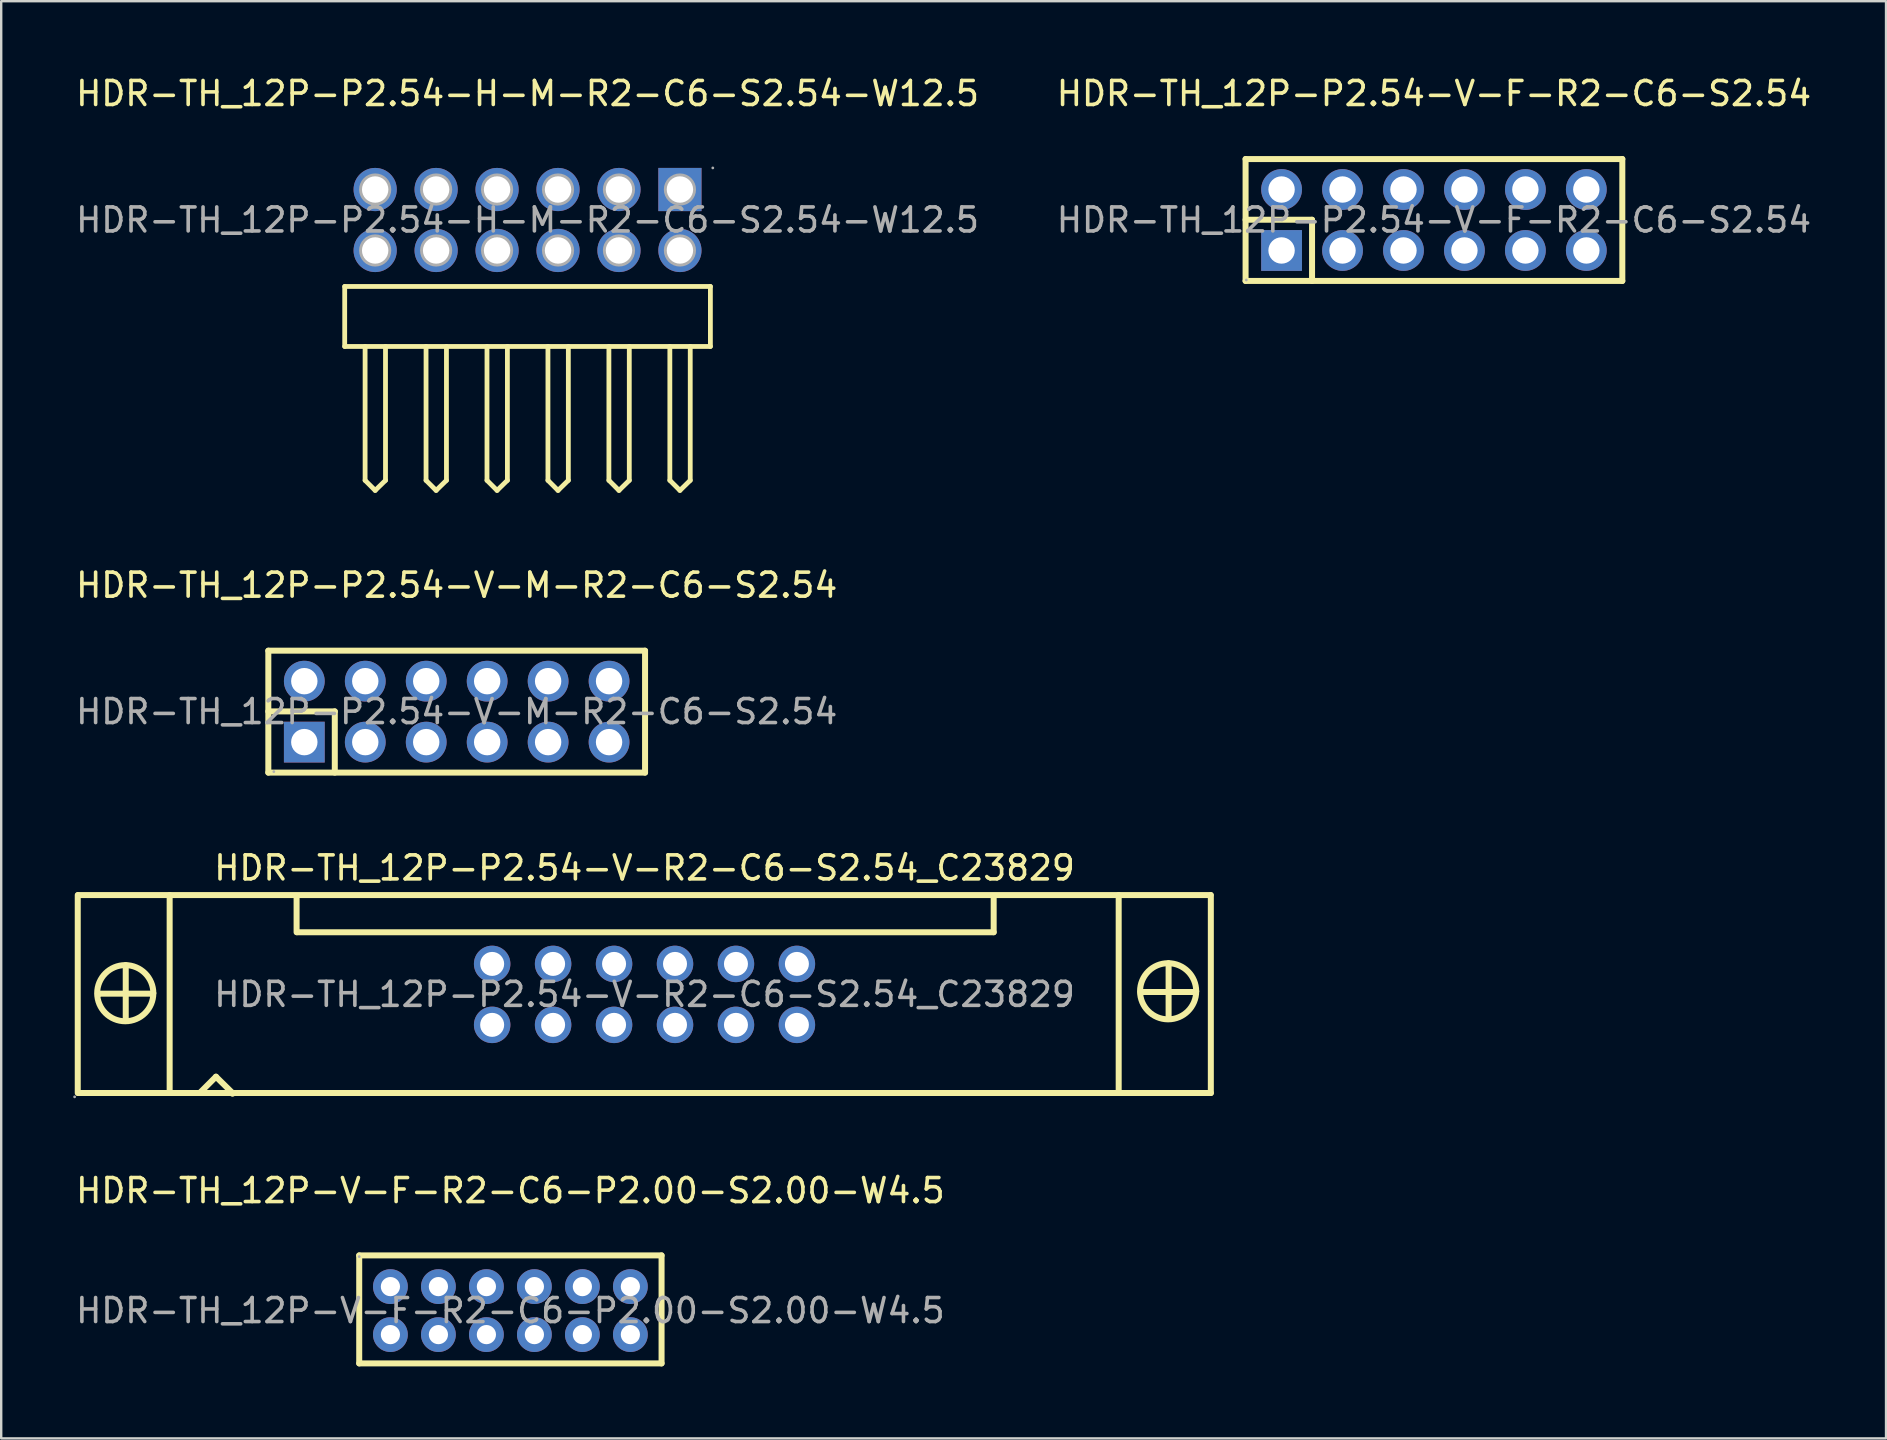
<source format=kicad_pcb>
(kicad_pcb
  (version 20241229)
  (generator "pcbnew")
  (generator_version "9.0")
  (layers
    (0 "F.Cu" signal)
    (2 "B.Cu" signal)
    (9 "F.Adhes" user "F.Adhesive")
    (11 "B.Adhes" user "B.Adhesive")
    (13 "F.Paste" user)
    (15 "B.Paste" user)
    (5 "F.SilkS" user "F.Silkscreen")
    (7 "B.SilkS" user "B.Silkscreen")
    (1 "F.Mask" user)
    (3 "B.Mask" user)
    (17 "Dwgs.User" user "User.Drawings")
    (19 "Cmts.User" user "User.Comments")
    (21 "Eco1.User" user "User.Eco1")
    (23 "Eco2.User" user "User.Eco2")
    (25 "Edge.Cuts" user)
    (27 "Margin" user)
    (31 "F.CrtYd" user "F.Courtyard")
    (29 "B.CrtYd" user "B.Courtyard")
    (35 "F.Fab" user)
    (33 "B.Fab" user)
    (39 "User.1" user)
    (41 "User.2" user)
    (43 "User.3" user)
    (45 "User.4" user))
  (footprint "HDR-TH_12P-P2.54-V-R2-C6-S2.54_C23829"
    (layer "F.Cu")
    (at 23.81 38.39)
    (property "Reference" "HDR-TH_12P-P2.54-V-R2-C6-S2.54_C23829" (at 0 -5.27 0) (layer "F.SilkS") (effects (font (size 1 1) (thickness 0.15))))
    (attr through_hole)
    (fp_line (start -23.62 -4.14) (end -23.62 4.11) (stroke (width 0.25) (type solid)) (layer "F.SilkS"))
    (fp_line (start -23.6 -4.14) (end 23.59 -4.14) (stroke (width 0.25) (type solid)) (layer "F.SilkS"))
    (fp_line (start -23.59 4.11) (end 23.6 4.11) (stroke (width 0.25) (type solid)) (layer "F.SilkS"))
    (fp_line (start -22.78 -0.03) (end -20.55 -0.03) (stroke (width 0.25) (type solid)) (layer "F.SilkS"))
    (fp_line (start -22.78 0.03) (end -22.78 -0.03) (stroke (width 0.25) (type solid)) (layer "F.SilkS"))
    (fp_line (start -21.62 -1.22) (end -21.62 1.07) (stroke (width 0.25) (type solid)) (layer "F.SilkS"))
    (fp_line (start -21.62 1.07) (end -21.64 1.09) (stroke (width 0.25) (type solid)) (layer "F.SilkS"))
    (fp_line (start -20.55 -0.03) (end -20.47 -0.05) (stroke (width 0.25) (type solid)) (layer "F.SilkS"))
    (fp_line (start -19.79 -4.14) (end -19.79 4.11) (stroke (width 0.25) (type solid)) (layer "F.SilkS"))
    (fp_line (start -18.49 4.06) (end -17.86 3.43) (stroke (width 0.25) (type solid)) (layer "F.SilkS"))
    (fp_line (start -17.86 3.43) (end -17.17 4.11) (stroke (width 0.25) (type solid)) (layer "F.SilkS"))
    (fp_line (start -17.17 4.11) (end -17.17 4.14) (stroke (width 0.25) (type solid)) (layer "F.SilkS"))
    (fp_line (start -14.5 -2.59) (end -14.5 -4.09) (stroke (width 0.25) (type solid)) (layer "F.SilkS"))
    (fp_line (start -14.48 -2.59) (end 14.55 -2.59) (stroke (width 0.25) (type solid)) (layer "F.SilkS"))
    (fp_line (start 14.55 -2.59) (end 14.55 -4.09) (stroke (width 0.25) (type solid)) (layer "F.SilkS"))
    (fp_line (start 19.76 -4.14) (end 19.76 4.09) (stroke (width 0.25) (type solid)) (layer "F.SilkS"))
    (fp_line (start 20.68 -0.1) (end 22.91 -0.1) (stroke (width 0.25) (type solid)) (layer "F.SilkS"))
    (fp_line (start 20.68 -0.05) (end 20.68 -0.1) (stroke (width 0.25) (type solid)) (layer "F.SilkS"))
    (fp_line (start 21.84 -1.3) (end 21.84 0.99) (stroke (width 0.25) (type solid)) (layer "F.SilkS"))
    (fp_line (start 21.84 0.99) (end 21.82 1.02) (stroke (width 0.25) (type solid)) (layer "F.SilkS"))
    (fp_line (start 22.91 -0.1) (end 22.99 -0.13) (stroke (width 0.25) (type solid)) (layer "F.SilkS"))
    (fp_line (start 23.6 -4.14) (end 23.6 4.11) (stroke (width 0.25) (type solid)) (layer "F.SilkS"))
    (fp_circle (center -21.64 -0.05) (end -20.47 -0.05) (stroke (width 0.25) (type solid)) (fill no) (layer "F.SilkS"))
    (fp_circle (center 21.82 -0.13) (end 22.99 -0.13) (stroke (width 0.25) (type solid)) (fill no) (layer "F.SilkS"))
    (fp_circle (center -23.75 4.27) (end -23.72 4.27) (stroke (width 0.06) (type solid)) (fill no) (layer "F.Fab"))
    (fp_circle (center -6.35 -1.27) (end -6.15 -1.27) (stroke (width 0.4) (type solid)) (fill no) (layer "F.Fab"))
    (fp_circle (center -6.35 1.27) (end -6.15 1.27) (stroke (width 0.4) (type solid)) (fill no) (layer "F.Fab"))
    (fp_circle (center -3.81 -1.27) (end -3.61 -1.27) (stroke (width 0.4) (type solid)) (fill no) (layer "F.Fab"))
    (fp_circle (center -3.81 1.27) (end -3.61 1.27) (stroke (width 0.4) (type solid)) (fill no) (layer "F.Fab"))
    (fp_circle (center -1.27 -1.27) (end -1.07 -1.27) (stroke (width 0.4) (type solid)) (fill no) (layer "F.Fab"))
    (fp_circle (center -1.27 1.27) (end -1.07 1.27) (stroke (width 0.4) (type solid)) (fill no) (layer "F.Fab"))
    (fp_circle (center 1.27 -1.27) (end 1.47 -1.27) (stroke (width 0.4) (type solid)) (fill no) (layer "F.Fab"))
    (fp_circle (center 1.27 1.27) (end 1.47 1.27) (stroke (width 0.4) (type solid)) (fill no) (layer "F.Fab"))
    (fp_circle (center 3.81 -1.27) (end 4.01 -1.27) (stroke (width 0.4) (type solid)) (fill no) (layer "F.Fab"))
    (fp_circle (center 3.81 1.27) (end 4.01 1.27) (stroke (width 0.4) (type solid)) (fill no) (layer "F.Fab"))
    (fp_circle (center 6.35 -1.27) (end 6.55 -1.27) (stroke (width 0.4) (type solid)) (fill no) (layer "F.Fab"))
    (fp_circle (center 6.35 1.27) (end 6.55 1.27) (stroke (width 0.4) (type solid)) (fill no) (layer "F.Fab"))
    (fp_text user "${REFERENCE}" (at 0 0 0) (layer "F.Fab") (effects (font (size 1 1) (thickness 0.15))))
    (pad "1" thru_hole circle (at -6.35 1.27) (size 1.52 1.52) (drill 1) (layers "*.Cu" "*.Paste" "*.Mask"))
    (pad "2" thru_hole circle (at -6.35 -1.27) (size 1.52 1.52) (drill 1) (layers "*.Cu" "*.Paste" "*.Mask"))
    (pad "3" thru_hole circle (at -3.81 1.27) (size 1.52 1.52) (drill 1) (layers "*.Cu" "*.Paste" "*.Mask"))
    (pad "4" thru_hole circle (at -3.81 -1.27) (size 1.52 1.52) (drill 1) (layers "*.Cu" "*.Paste" "*.Mask"))
    (pad "5" thru_hole circle (at -1.27 1.27) (size 1.52 1.52) (drill 1) (layers "*.Cu" "*.Paste" "*.Mask"))
    (pad "6" thru_hole circle (at -1.27 -1.27) (size 1.52 1.52) (drill 1) (layers "*.Cu" "*.Paste" "*.Mask"))
    (pad "7" thru_hole circle (at 1.27 1.27) (size 1.52 1.52) (drill 1) (layers "*.Cu" "*.Paste" "*.Mask"))
    (pad "8" thru_hole circle (at 1.27 -1.27) (size 1.52 1.52) (drill 1) (layers "*.Cu" "*.Paste" "*.Mask"))
    (pad "9" thru_hole circle (at 3.81 1.27) (size 1.52 1.52) (drill 1) (layers "*.Cu" "*.Paste" "*.Mask"))
    (pad "10" thru_hole circle (at 3.81 -1.27) (size 1.52 1.52) (drill 1) (layers "*.Cu" "*.Paste" "*.Mask"))
    (pad "11" thru_hole circle (at 6.35 1.27) (size 1.52 1.52) (drill 1) (layers "*.Cu" "*.Paste" "*.Mask"))
    (pad "12" thru_hole circle (at 6.35 -1.27) (size 1.52 1.52) (drill 1) (layers "*.Cu" "*.Paste" "*.Mask")))
  (footprint "HDR-TH_12P-P2.54-V-M-R2-C6-S2.54"
    (layer "F.Cu")
    (at 15.982 26.607)
    (property "Reference" "HDR-TH_12P-P2.54-V-M-R2-C6-S2.54" (at 0 -5.27 0) (layer "F.SilkS") (effects (font (size 1 1) (thickness 0.15))))
    (attr through_hole)
    (fp_line (start -7.85 -2.54) (end -7.85 2.54) (stroke (width 0.25) (type solid)) (layer "F.SilkS"))
    (fp_line (start -7.85 -2.54) (end 7.85 -2.54) (stroke (width 0.25) (type solid)) (layer "F.SilkS"))
    (fp_line (start -7.85 -0.01) (end -5.08 -0.01) (stroke (width 0.25) (type solid)) (layer "F.SilkS"))
    (fp_line (start -7.85 2.54) (end 7.85 2.54) (stroke (width 0.25) (type solid)) (layer "F.SilkS"))
    (fp_line (start -5.08 -0.01) (end -5.08 2.54) (stroke (width 0.25) (type solid)) (layer "F.SilkS"))
    (fp_line (start 7.85 -2.54) (end 7.85 2.54) (stroke (width 0.25) (type solid)) (layer "F.SilkS"))
    (fp_circle (center -7.62 2.5) (end -7.59 2.5) (stroke (width 0.06) (type solid)) (fill no) (layer "F.Fab"))
    (fp_text user "${REFERENCE}" (at 0 0 0) (layer "F.Fab") (effects (font (size 1 1) (thickness 0.15))))
    (pad "1" thru_hole rect (at -6.35 1.27) (size 1.7 1.7) (drill 1.1) (layers "*.Cu" "*.Paste" "*.Mask"))
    (pad "2" thru_hole circle (at -6.35 -1.27) (size 1.7 1.7) (drill 1.1) (layers "*.Cu" "*.Paste" "*.Mask"))
    (pad "3" thru_hole circle (at -3.81 1.27) (size 1.7 1.7) (drill 1.1) (layers "*.Cu" "*.Paste" "*.Mask"))
    (pad "4" thru_hole circle (at -3.81 -1.27) (size 1.7 1.7) (drill 1.1) (layers "*.Cu" "*.Paste" "*.Mask"))
    (pad "5" thru_hole circle (at -1.27 1.27) (size 1.7 1.7) (drill 1.1) (layers "*.Cu" "*.Paste" "*.Mask"))
    (pad "6" thru_hole circle (at -1.27 -1.27) (size 1.7 1.7) (drill 1.1) (layers "*.Cu" "*.Paste" "*.Mask"))
    (pad "7" thru_hole circle (at 1.27 1.27) (size 1.7 1.7) (drill 1.1) (layers "*.Cu" "*.Paste" "*.Mask"))
    (pad "8" thru_hole circle (at 1.27 -1.27) (size 1.7 1.7) (drill 1.1) (layers "*.Cu" "*.Paste" "*.Mask"))
    (pad "9" thru_hole circle (at 3.81 1.27) (size 1.7 1.7) (drill 1.1) (layers "*.Cu" "*.Paste" "*.Mask"))
    (pad "10" thru_hole circle (at 3.81 -1.27) (size 1.7 1.7) (drill 1.1) (layers "*.Cu" "*.Paste" "*.Mask"))
    (pad "11" thru_hole circle (at 6.35 1.27) (size 1.7 1.7) (drill 1.1) (layers "*.Cu" "*.Paste" "*.Mask"))
    (pad "12" thru_hole circle (at 6.35 -1.27) (size 1.7 1.7) (drill 1.1) (layers "*.Cu" "*.Paste" "*.Mask")))
  (footprint "HDR-TH_12P-P2.54-V-F-R2-C6-S2.54"
    (layer "F.Cu")
    (at 56.708 6.118)
    (property "Reference" "HDR-TH_12P-P2.54-V-F-R2-C6-S2.54" (at 0 -5.27 0) (layer "F.SilkS") (effects (font (size 1 1) (thickness 0.15))))
    (attr through_hole)
    (fp_line (start -7.85 -2.54) (end -7.85 2.54) (stroke (width 0.25) (type solid)) (layer "F.SilkS"))
    (fp_line (start -7.85 -2.54) (end 7.85 -2.54) (stroke (width 0.25) (type solid)) (layer "F.SilkS"))
    (fp_line (start -7.85 -0.01) (end -5.08 -0.01) (stroke (width 0.25) (type solid)) (layer "F.SilkS"))
    (fp_line (start -7.85 2.54) (end 7.85 2.54) (stroke (width 0.25) (type solid)) (layer "F.SilkS"))
    (fp_line (start -5.08 -0.01) (end -5.08 2.54) (stroke (width 0.25) (type solid)) (layer "F.SilkS"))
    (fp_line (start 7.85 -2.54) (end 7.85 2.54) (stroke (width 0.25) (type solid)) (layer "F.SilkS"))
    (fp_circle (center -7.82 2.5) (end -7.79 2.5) (stroke (width 0.06) (type solid)) (fill no) (layer "F.Fab"))
    (fp_text user "${REFERENCE}" (at 0 0 0) (layer "F.Fab") (effects (font (size 1 1) (thickness 0.15))))
    (pad "1" thru_hole rect (at -6.35 1.27) (size 1.7 1.7) (drill 1.1) (layers "*.Cu" "*.Paste" "*.Mask"))
    (pad "2" thru_hole circle (at -6.35 -1.27) (size 1.7 1.7) (drill 1.1) (layers "*.Cu" "*.Paste" "*.Mask"))
    (pad "3" thru_hole circle (at -3.81 1.27) (size 1.7 1.7) (drill 1.1) (layers "*.Cu" "*.Paste" "*.Mask"))
    (pad "4" thru_hole circle (at -3.81 -1.27) (size 1.7 1.7) (drill 1.1) (layers "*.Cu" "*.Paste" "*.Mask"))
    (pad "5" thru_hole circle (at -1.27 1.27) (size 1.7 1.7) (drill 1.1) (layers "*.Cu" "*.Paste" "*.Mask"))
    (pad "6" thru_hole circle (at -1.27 -1.27) (size 1.7 1.7) (drill 1.1) (layers "*.Cu" "*.Paste" "*.Mask"))
    (pad "7" thru_hole circle (at 1.27 1.27) (size 1.7 1.7) (drill 1.1) (layers "*.Cu" "*.Paste" "*.Mask"))
    (pad "8" thru_hole circle (at 1.27 -1.27) (size 1.7 1.7) (drill 1.1) (layers "*.Cu" "*.Paste" "*.Mask"))
    (pad "9" thru_hole circle (at 3.81 1.27) (size 1.7 1.7) (drill 1.1) (layers "*.Cu" "*.Paste" "*.Mask"))
    (pad "10" thru_hole circle (at 3.81 -1.27) (size 1.7 1.7) (drill 1.1) (layers "*.Cu" "*.Paste" "*.Mask"))
    (pad "11" thru_hole circle (at 6.35 1.27) (size 1.7 1.7) (drill 1.1) (layers "*.Cu" "*.Paste" "*.Mask"))
    (pad "12" thru_hole circle (at 6.35 -1.27) (size 1.7 1.7) (drill 1.1) (layers "*.Cu" "*.Paste" "*.Mask")))
  (footprint "HDR-TH_12P-P2.54-H-M-R2-C6-S2.54-W12.5"
    (layer "F.Cu")
    (at 18.935 6.118)
    (property "Reference" "HDR-TH_12P-P2.54-H-M-R2-C6-S2.54-W12.5" (at 0 -5.27 0) (layer "F.SilkS") (effects (font (size 1 1) (thickness 0.15))))
    (attr through_hole)
    (fp_line (start -7.62 2.77) (end 7.62 2.77) (stroke (width 0.2) (type solid)) (layer "F.SilkS"))
    (fp_line (start -7.62 5.27) (end -7.62 2.77) (stroke (width 0.2) (type solid)) (layer "F.SilkS"))
    (fp_line (start -7.62 5.27) (end 7.62 5.27) (stroke (width 0.2) (type solid)) (layer "F.SilkS"))
    (fp_line (start -6.77 10.85) (end -6.77 5.27) (stroke (width 0.2) (type solid)) (layer "F.SilkS"))
    (fp_line (start -6.35 11.27) (end -6.77 10.85) (stroke (width 0.2) (type solid)) (layer "F.SilkS"))
    (fp_line (start -5.92 5.27) (end -5.92 10.85) (stroke (width 0.2) (type solid)) (layer "F.SilkS"))
    (fp_line (start -5.92 10.85) (end -6.35 11.27) (stroke (width 0.2) (type solid)) (layer "F.SilkS"))
    (fp_line (start -4.23 10.85) (end -4.23 5.27) (stroke (width 0.2) (type solid)) (layer "F.SilkS"))
    (fp_line (start -3.81 11.27) (end -4.23 10.85) (stroke (width 0.2) (type solid)) (layer "F.SilkS"))
    (fp_line (start -3.38 5.27) (end -3.38 10.85) (stroke (width 0.2) (type solid)) (layer "F.SilkS"))
    (fp_line (start -3.38 10.85) (end -3.81 11.27) (stroke (width 0.2) (type solid)) (layer "F.SilkS"))
    (fp_line (start -1.69 10.85) (end -1.69 5.27) (stroke (width 0.2) (type solid)) (layer "F.SilkS"))
    (fp_line (start -1.27 11.27) (end -1.69 10.85) (stroke (width 0.2) (type solid)) (layer "F.SilkS"))
    (fp_line (start -0.84 5.27) (end -0.84 10.85) (stroke (width 0.2) (type solid)) (layer "F.SilkS"))
    (fp_line (start -0.84 10.85) (end -1.27 11.27) (stroke (width 0.2) (type solid)) (layer "F.SilkS"))
    (fp_line (start 0.85 10.85) (end 0.85 5.27) (stroke (width 0.2) (type solid)) (layer "F.SilkS"))
    (fp_line (start 1.27 11.27) (end 0.85 10.85) (stroke (width 0.2) (type solid)) (layer "F.SilkS"))
    (fp_line (start 1.7 5.27) (end 1.7 10.85) (stroke (width 0.2) (type solid)) (layer "F.SilkS"))
    (fp_line (start 1.7 10.85) (end 1.27 11.27) (stroke (width 0.2) (type solid)) (layer "F.SilkS"))
    (fp_line (start 3.39 10.85) (end 3.39 5.27) (stroke (width 0.2) (type solid)) (layer "F.SilkS"))
    (fp_line (start 3.81 11.27) (end 3.39 10.85) (stroke (width 0.2) (type solid)) (layer "F.SilkS"))
    (fp_line (start 4.24 5.27) (end 4.24 10.85) (stroke (width 0.2) (type solid)) (layer "F.SilkS"))
    (fp_line (start 4.24 10.85) (end 3.81 11.27) (stroke (width 0.2) (type solid)) (layer "F.SilkS"))
    (fp_line (start 5.93 10.85) (end 5.93 5.27) (stroke (width 0.2) (type solid)) (layer "F.SilkS"))
    (fp_line (start 6.35 11.27) (end 5.93 10.85) (stroke (width 0.2) (type solid)) (layer "F.SilkS"))
    (fp_line (start 6.78 5.27) (end 6.78 10.85) (stroke (width 0.2) (type solid)) (layer "F.SilkS"))
    (fp_line (start 6.78 10.85) (end 6.35 11.27) (stroke (width 0.2) (type solid)) (layer "F.SilkS"))
    (fp_line (start 7.62 5.27) (end 7.62 2.77) (stroke (width 0.2) (type solid)) (layer "F.SilkS"))
    (fp_circle (center -6.35 -1.27) (end -6.13 -1.27) (stroke (width 0.45) (type solid)) (fill no) (layer "F.Fab"))
    (fp_circle (center -6.35 1.27) (end -6.13 1.27) (stroke (width 0.45) (type solid)) (fill no) (layer "F.Fab"))
    (fp_circle (center -3.81 -1.27) (end -3.59 -1.27) (stroke (width 0.45) (type solid)) (fill no) (layer "F.Fab"))
    (fp_circle (center -3.81 1.27) (end -3.59 1.27) (stroke (width 0.45) (type solid)) (fill no) (layer "F.Fab"))
    (fp_circle (center -1.27 -1.27) (end -1.05 -1.27) (stroke (width 0.45) (type solid)) (fill no) (layer "F.Fab"))
    (fp_circle (center -1.27 1.27) (end -1.05 1.27) (stroke (width 0.45) (type solid)) (fill no) (layer "F.Fab"))
    (fp_circle (center 1.27 -1.27) (end 1.49 -1.27) (stroke (width 0.45) (type solid)) (fill no) (layer "F.Fab"))
    (fp_circle (center 1.27 1.27) (end 1.49 1.27) (stroke (width 0.45) (type solid)) (fill no) (layer "F.Fab"))
    (fp_circle (center 3.81 -1.27) (end 4.03 -1.27) (stroke (width 0.45) (type solid)) (fill no) (layer "F.Fab"))
    (fp_circle (center 3.81 1.27) (end 4.03 1.27) (stroke (width 0.45) (type solid)) (fill no) (layer "F.Fab"))
    (fp_circle (center 6.35 -1.27) (end 6.57 -1.27) (stroke (width 0.45) (type solid)) (fill no) (layer "F.Fab"))
    (fp_circle (center 6.35 1.27) (end 6.57 1.27) (stroke (width 0.45) (type solid)) (fill no) (layer "F.Fab"))
    (fp_circle (center 7.72 -2.17) (end 7.75 -2.17) (stroke (width 0.06) (type solid)) (fill no) (layer "F.Fab"))
    (fp_text user "${REFERENCE}" (at 0 0 0) (layer "F.Fab") (effects (font (size 1 1) (thickness 0.15))))
    (pad "1" thru_hole rect (at 6.35 -1.27 180) (size 1.8 1.8) (drill 1.1) (layers "*.Cu" "*.Paste" "*.Mask"))
    (pad "2" thru_hole circle (at 6.35 1.27 180) (size 1.8 1.8) (drill 1.1) (layers "*.Cu" "*.Paste" "*.Mask"))
    (pad "3" thru_hole circle (at 3.81 -1.27 180) (size 1.8 1.8) (drill 1.1) (layers "*.Cu" "*.Paste" "*.Mask"))
    (pad "4" thru_hole circle (at 3.81 1.27 180) (size 1.8 1.8) (drill 1.1) (layers "*.Cu" "*.Paste" "*.Mask"))
    (pad "5" thru_hole circle (at 1.27 -1.27 180) (size 1.8 1.8) (drill 1.1) (layers "*.Cu" "*.Paste" "*.Mask"))
    (pad "6" thru_hole circle (at 1.27 1.27 180) (size 1.8 1.8) (drill 1.1) (layers "*.Cu" "*.Paste" "*.Mask"))
    (pad "7" thru_hole circle (at -1.27 -1.27 180) (size 1.8 1.8) (drill 1.1) (layers "*.Cu" "*.Paste" "*.Mask"))
    (pad "8" thru_hole circle (at -1.27 1.27 180) (size 1.8 1.8) (drill 1.1) (layers "*.Cu" "*.Paste" "*.Mask"))
    (pad "9" thru_hole circle (at -3.81 -1.27 180) (size 1.8 1.8) (drill 1.1) (layers "*.Cu" "*.Paste" "*.Mask"))
    (pad "10" thru_hole circle (at -3.81 1.27 180) (size 1.8 1.8) (drill 1.1) (layers "*.Cu" "*.Paste" "*.Mask"))
    (pad "11" thru_hole circle (at -6.35 -1.27 180) (size 1.8 1.8) (drill 1.1) (layers "*.Cu" "*.Paste" "*.Mask"))
    (pad "12" thru_hole circle (at -6.35 1.27 180) (size 1.8 1.8) (drill 1.1) (layers "*.Cu" "*.Paste" "*.Mask")))
  (footprint "HDR-TH_12P-V-F-R2-C6-P2.00-S2.00-W4.5"
    (layer "F.Cu")
    (at 18.22 51.568)
    (property "Reference" "HDR-TH_12P-V-F-R2-C6-P2.00-S2.00-W4.5" (at 0 -5 0) (layer "F.SilkS") (effects (font (size 1 1) (thickness 0.15))))
    (attr through_hole)
    (fp_line (start -6.3 -2.3) (end -6.3 2.2) (stroke (width 0.25) (type solid)) (layer "F.SilkS"))
    (fp_line (start -6.3 2.2) (end 6.3 2.2) (stroke (width 0.25) (type solid)) (layer "F.SilkS"))
    (fp_line (start 6.3 -2.3) (end -6.3 -2.3) (stroke (width 0.25) (type solid)) (layer "F.SilkS"))
    (fp_line (start 6.3 2.2) (end 6.3 -2.3) (stroke (width 0.25) (type solid)) (layer "F.SilkS"))
    (fp_circle (center -6.3 -2.25) (end -6.27 -2.25) (stroke (width 0.06) (type solid)) (fill no) (layer "F.Fab"))
    (fp_text user "${REFERENCE}" (at 0 0 0) (layer "F.Fab") (effects (font (size 1 1) (thickness 0.15))))
    (pad "1" thru_hole circle (at -5 -1) (size 1.45 1.45) (drill 0.8) (layers "*.Cu" "*.Paste" "*.Mask"))
    (pad "2" thru_hole circle (at -3 -1) (size 1.45 1.45) (drill 0.8) (layers "*.Cu" "*.Paste" "*.Mask"))
    (pad "3" thru_hole circle (at -1 -1) (size 1.45 1.45) (drill 0.8) (layers "*.Cu" "*.Paste" "*.Mask"))
    (pad "4" thru_hole circle (at 1 -1) (size 1.45 1.45) (drill 0.8) (layers "*.Cu" "*.Paste" "*.Mask"))
    (pad "5" thru_hole circle (at 3 -1) (size 1.45 1.45) (drill 0.8) (layers "*.Cu" "*.Paste" "*.Mask"))
    (pad "6" thru_hole circle (at 5 -1) (size 1.45 1.45) (drill 0.8) (layers "*.Cu" "*.Paste" "*.Mask"))
    (pad "7" thru_hole circle (at -5 1) (size 1.45 1.45) (drill 0.8) (layers "*.Cu" "*.Paste" "*.Mask"))
    (pad "8" thru_hole circle (at -3 1) (size 1.45 1.45) (drill 0.8) (layers "*.Cu" "*.Paste" "*.Mask"))
    (pad "9" thru_hole circle (at -1 1) (size 1.45 1.45) (drill 0.8) (layers "*.Cu" "*.Paste" "*.Mask"))
    (pad "10" thru_hole circle (at 1 1) (size 1.45 1.45) (drill 0.8) (layers "*.Cu" "*.Paste" "*.Mask"))
    (pad "11" thru_hole circle (at 3 1) (size 1.45 1.45) (drill 0.8) (layers "*.Cu" "*.Paste" "*.Mask"))
    (pad "12" thru_hole circle (at 5 1) (size 1.45 1.45) (drill 0.8) (layers "*.Cu" "*.Paste" "*.Mask")))
  (gr_rect
    (start -3 -3)
    (end 75.548 56.893)
    (stroke (width 0.1) (type default))
    (fill no)
    (layer "Edge.Cuts")))
</source>
